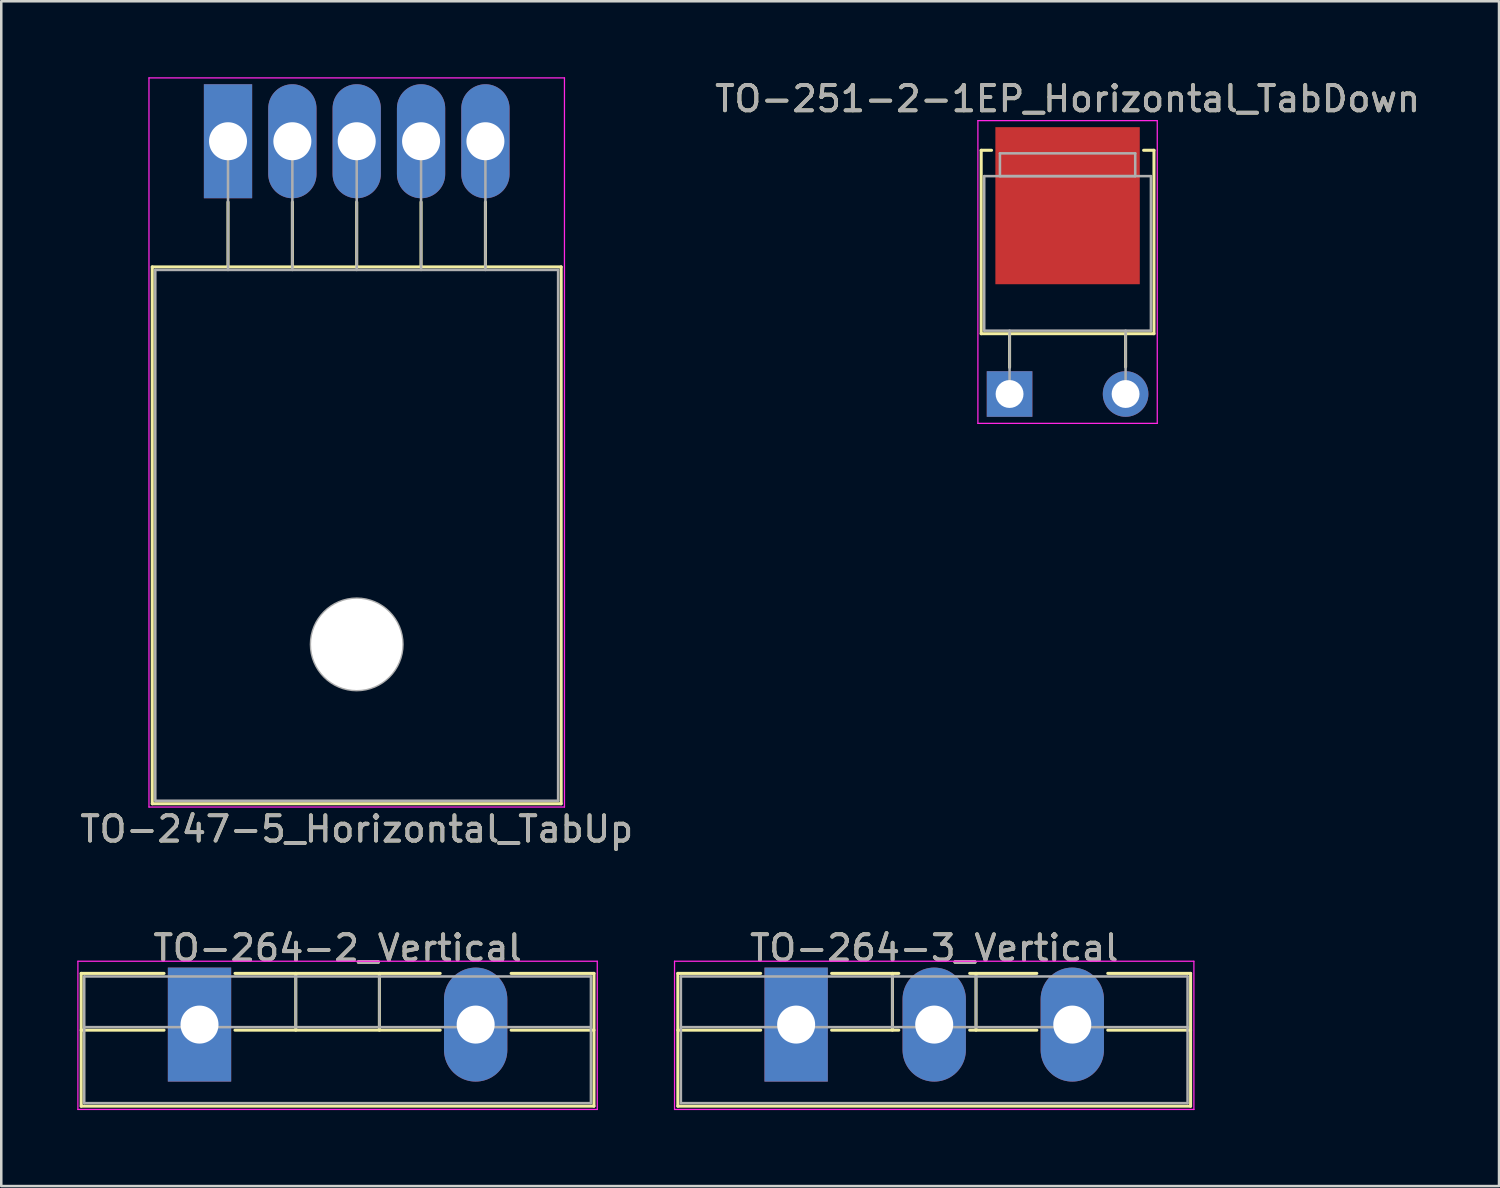
<source format=kicad_pcb>
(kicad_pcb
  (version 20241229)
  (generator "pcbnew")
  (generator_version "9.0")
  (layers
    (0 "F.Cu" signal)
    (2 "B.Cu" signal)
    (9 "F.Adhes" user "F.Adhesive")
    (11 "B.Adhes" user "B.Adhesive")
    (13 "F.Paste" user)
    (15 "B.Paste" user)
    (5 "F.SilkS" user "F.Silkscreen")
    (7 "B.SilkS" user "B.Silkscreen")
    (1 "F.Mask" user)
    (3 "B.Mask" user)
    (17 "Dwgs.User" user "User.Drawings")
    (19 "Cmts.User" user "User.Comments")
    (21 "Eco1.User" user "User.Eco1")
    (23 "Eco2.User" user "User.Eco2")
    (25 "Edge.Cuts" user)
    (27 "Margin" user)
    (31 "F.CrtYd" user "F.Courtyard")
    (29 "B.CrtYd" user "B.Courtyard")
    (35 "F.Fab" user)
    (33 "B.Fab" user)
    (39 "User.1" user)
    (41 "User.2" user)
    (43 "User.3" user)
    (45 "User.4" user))
  (footprint "TO-247-5_Horizontal_TabUp"
    (layer "F.Cu")
    (at 5.95 2.525)
    (property "Reference" "TO-247-5_Horizontal_TabUp" (at 5.08 27.15 0) (layer "F.SilkS") (effects (font (size 1 1) (thickness 0.15))))
    (attr through_hole)
    (fp_line (start -2.99 4.96) (end -2.99 26.15) (stroke (width 0.12) (type solid)) (layer "F.SilkS"))
    (fp_line (start -2.99 4.96) (end 13.15 4.96) (stroke (width 0.12) (type solid)) (layer "F.SilkS"))
    (fp_line (start -2.99 26.15) (end 13.15 26.15) (stroke (width 0.12) (type solid)) (layer "F.SilkS"))
    (fp_line (start 0 2.4) (end 0 4.96) (stroke (width 0.12) (type solid)) (layer "F.SilkS"))
    (fp_line (start 2.54 2.4) (end 2.54 4.96) (stroke (width 0.12) (type solid)) (layer "F.SilkS"))
    (fp_line (start 5.08 2.4) (end 5.08 4.96) (stroke (width 0.12) (type solid)) (layer "F.SilkS"))
    (fp_line (start 7.62 2.4) (end 7.62 4.96) (stroke (width 0.12) (type solid)) (layer "F.SilkS"))
    (fp_line (start 10.16 2.4) (end 10.16 4.96) (stroke (width 0.12) (type solid)) (layer "F.SilkS"))
    (fp_line (start 13.15 4.96) (end 13.15 26.15) (stroke (width 0.12) (type solid)) (layer "F.SilkS"))
    (fp_line (start -3.12 -2.5) (end -3.12 26.28) (stroke (width 0.05) (type solid)) (layer "F.CrtYd"))
    (fp_line (start -3.12 26.28) (end 13.28 26.28) (stroke (width 0.05) (type solid)) (layer "F.CrtYd"))
    (fp_line (start 13.28 -2.5) (end -3.12 -2.5) (stroke (width 0.05) (type solid)) (layer "F.CrtYd"))
    (fp_line (start 13.28 26.28) (end 13.28 -2.5) (stroke (width 0.05) (type solid)) (layer "F.CrtYd"))
    (fp_line (start -2.87 5.08) (end -2.87 26.03) (stroke (width 0.1) (type solid)) (layer "F.Fab"))
    (fp_line (start -2.87 26.03) (end 13.03 26.03) (stroke (width 0.1) (type solid)) (layer "F.Fab"))
    (fp_line (start 0 5.08) (end 0 0) (stroke (width 0.1) (type solid)) (layer "F.Fab"))
    (fp_line (start 2.54 5.08) (end 2.54 0) (stroke (width 0.1) (type solid)) (layer "F.Fab"))
    (fp_line (start 5.08 5.08) (end 5.08 0) (stroke (width 0.1) (type solid)) (layer "F.Fab"))
    (fp_line (start 7.62 5.08) (end 7.62 0) (stroke (width 0.1) (type solid)) (layer "F.Fab"))
    (fp_line (start 10.16 5.08) (end 10.16 0) (stroke (width 0.1) (type solid)) (layer "F.Fab"))
    (fp_line (start 13.03 5.08) (end -2.87 5.08) (stroke (width 0.1) (type solid)) (layer "F.Fab"))
    (fp_line (start 13.03 26.03) (end 13.03 5.08) (stroke (width 0.1) (type solid)) (layer "F.Fab"))
    (fp_circle (center 5.08 19.86) (end 6.885 19.86) (stroke (width 0.1) (type solid)) (fill no) (layer "F.Fab"))
    (fp_text user "${REFERENCE}" (at 5.08 27.15 0) (layer "F.Fab") (effects (font (size 1 1) (thickness 0.15))))
    (pad "" np_thru_hole oval (at 5.08 19.86) (size 3.6 3.6) (drill 3.6) (layers "*.Cu" "*.Mask"))
    (pad "1" thru_hole rect (at 0 0) (size 1.905 4.5) (drill 1.5) (layers "*.Cu" "*.Mask"))
    (pad "2" thru_hole oval (at 2.54 0) (size 1.905 4.5) (drill 1.5) (layers "*.Cu" "*.Mask"))
    (pad "3" thru_hole oval (at 5.08 0) (size 1.905 4.5) (drill 1.5) (layers "*.Cu" "*.Mask"))
    (pad "4" thru_hole oval (at 7.62 0) (size 1.905 4.5) (drill 1.5) (layers "*.Cu" "*.Mask"))
    (pad "5" thru_hole oval (at 10.16 0) (size 1.905 4.5) (drill 1.5) (layers "*.Cu" "*.Mask")))
  (footprint "TO-251-2-1EP_Horizontal_TabDown"
    (layer "F.Cu")
    (at 36.799 12.502)
    (property "Reference" "TO-251-2-1EP_Horizontal_TabDown" (at 2.29 -11.653 0) (layer "F.SilkS") (effects (font (size 1 1) (thickness 0.15))))
    (attr through_hole)
    (fp_line (start -1.12 -9.62) (end -1.12 -2.38) (stroke (width 0.12) (type solid)) (layer "F.SilkS"))
    (fp_line (start -1.12 -9.62) (end -0.711 -9.62) (stroke (width 0.12) (type solid)) (layer "F.SilkS"))
    (fp_line (start -1.12 -2.38) (end 5.7 -2.38) (stroke (width 0.12) (type solid)) (layer "F.SilkS"))
    (fp_line (start 0 -2.38) (end 0 -1.05) (stroke (width 0.12) (type solid)) (layer "F.SilkS"))
    (fp_line (start 4.58 -2.38) (end 4.58 -1.066) (stroke (width 0.12) (type solid)) (layer "F.SilkS"))
    (fp_line (start 5.291 -9.62) (end 5.7 -9.62) (stroke (width 0.12) (type solid)) (layer "F.SilkS"))
    (fp_line (start 5.7 -9.62) (end 5.7 -2.38) (stroke (width 0.12) (type solid)) (layer "F.SilkS"))
    (fp_line (start -1.25 -10.79) (end -1.25 1.16) (stroke (width 0.05) (type solid)) (layer "F.CrtYd"))
    (fp_line (start -1.25 1.16) (end 5.83 1.16) (stroke (width 0.05) (type solid)) (layer "F.CrtYd"))
    (fp_line (start 5.83 -10.79) (end -1.25 -10.79) (stroke (width 0.05) (type solid)) (layer "F.CrtYd"))
    (fp_line (start 5.83 1.16) (end 5.83 -10.79) (stroke (width 0.05) (type solid)) (layer "F.CrtYd"))
    (fp_line (start -1 -8.6) (end 5.58 -8.6) (stroke (width 0.1) (type solid)) (layer "F.Fab"))
    (fp_line (start -1 -2.5) (end -1 -8.6) (stroke (width 0.1) (type solid)) (layer "F.Fab"))
    (fp_line (start -0.38 -9.5) (end 4.96 -9.5) (stroke (width 0.1) (type solid)) (layer "F.Fab"))
    (fp_line (start -0.38 -8.6) (end -0.38 -9.5) (stroke (width 0.1) (type solid)) (layer "F.Fab"))
    (fp_line (start 0 -2.5) (end 0 0) (stroke (width 0.1) (type solid)) (layer "F.Fab"))
    (fp_line (start 4.58 -2.5) (end 4.58 0) (stroke (width 0.1) (type solid)) (layer "F.Fab"))
    (fp_line (start 4.96 -9.5) (end 4.96 -8.6) (stroke (width 0.1) (type solid)) (layer "F.Fab"))
    (fp_line (start 4.96 -8.6) (end -0.38 -8.6) (stroke (width 0.1) (type solid)) (layer "F.Fab"))
    (fp_line (start 5.58 -8.6) (end 5.58 -2.5) (stroke (width 0.1) (type solid)) (layer "F.Fab"))
    (fp_line (start 5.58 -2.5) (end -1 -2.5) (stroke (width 0.1) (type solid)) (layer "F.Fab"))
    (fp_text user "${REFERENCE}" (at 2.29 -11.653 0) (layer "F.Fab") (effects (font (size 1 1) (thickness 0.15))))
    (pad "1" thru_hole rect (at 0 0) (size 1.8 1.8) (drill 1.1) (layers "*.Cu" "*.Mask"))
    (pad "2" thru_hole oval (at 4.58 0) (size 1.8 1.8) (drill 1.1) (layers "*.Cu" "*.Mask"))
    (pad "3" smd rect (at 2.29 -7.433) (size 5.7 6.2) (layers "F.Cu" "F.Mask" "F.Paste")))
  (footprint "TO-264-2_Vertical"
    (layer "F.Cu")
    (at 4.825 37.392)
    (property "Reference" "TO-264-2_Vertical" (at 5.45 -3.02 0) (layer "F.SilkS") (effects (font (size 1 1) (thickness 0.15))))
    (attr through_hole)
    (fp_line (start -4.67 -2.021) (end -4.67 3.22) (stroke (width 0.12) (type solid)) (layer "F.SilkS"))
    (fp_line (start -4.67 -2.021) (end -1.4 -2.021) (stroke (width 0.12) (type solid)) (layer "F.SilkS"))
    (fp_line (start -4.67 0.22) (end -1.4 0.22) (stroke (width 0.12) (type solid)) (layer "F.SilkS"))
    (fp_line (start -4.67 3.22) (end 15.57 3.22) (stroke (width 0.12) (type solid)) (layer "F.SilkS"))
    (fp_line (start 1.4 -2.021) (end 9.5 -2.021) (stroke (width 0.12) (type solid)) (layer "F.SilkS"))
    (fp_line (start 1.4 0.22) (end 9.5 0.22) (stroke (width 0.12) (type solid)) (layer "F.SilkS"))
    (fp_line (start 3.8 -2.021) (end 3.8 0.22) (stroke (width 0.12) (type solid)) (layer "F.SilkS"))
    (fp_line (start 7.1 -2.021) (end 7.1 0.22) (stroke (width 0.12) (type solid)) (layer "F.SilkS"))
    (fp_line (start 12.3 -2.021) (end 15.57 -2.021) (stroke (width 0.12) (type solid)) (layer "F.SilkS"))
    (fp_line (start 12.3 0.22) (end 15.57 0.22) (stroke (width 0.12) (type solid)) (layer "F.SilkS"))
    (fp_line (start 15.57 -2.021) (end 15.57 3.22) (stroke (width 0.12) (type solid)) (layer "F.SilkS"))
    (fp_line (start -4.8 -2.5) (end -4.8 3.35) (stroke (width 0.05) (type solid)) (layer "F.CrtYd"))
    (fp_line (start -4.8 3.35) (end 15.7 3.35) (stroke (width 0.05) (type solid)) (layer "F.CrtYd"))
    (fp_line (start 15.7 -2.5) (end -4.8 -2.5) (stroke (width 0.05) (type solid)) (layer "F.CrtYd"))
    (fp_line (start 15.7 3.35) (end 15.7 -2.5) (stroke (width 0.05) (type solid)) (layer "F.CrtYd"))
    (fp_line (start -4.55 -1.9) (end -4.55 3.1) (stroke (width 0.1) (type solid)) (layer "F.Fab"))
    (fp_line (start -4.55 0.1) (end 15.45 0.1) (stroke (width 0.1) (type solid)) (layer "F.Fab"))
    (fp_line (start -4.55 3.1) (end 15.45 3.1) (stroke (width 0.1) (type solid)) (layer "F.Fab"))
    (fp_line (start 3.8 -1.9) (end 3.8 0.1) (stroke (width 0.1) (type solid)) (layer "F.Fab"))
    (fp_line (start 7.1 -1.9) (end 7.1 0.1) (stroke (width 0.1) (type solid)) (layer "F.Fab"))
    (fp_line (start 15.45 -1.9) (end -4.55 -1.9) (stroke (width 0.1) (type solid)) (layer "F.Fab"))
    (fp_line (start 15.45 3.1) (end 15.45 -1.9) (stroke (width 0.1) (type solid)) (layer "F.Fab"))
    (fp_text user "${REFERENCE}" (at 5.45 -3.02 0) (layer "F.Fab") (effects (font (size 1 1) (thickness 0.15))))
    (pad "1" thru_hole rect (at 0 0) (size 2.5 4.5) (drill 1.5) (layers "*.Cu" "*.Mask"))
    (pad "2" thru_hole oval (at 10.9 0) (size 2.5 4.5) (drill 1.5) (layers "*.Cu" "*.Mask")))
  (footprint "TO-264-3_Vertical"
    (layer "F.Cu")
    (at 28.375 37.392)
    (property "Reference" "TO-264-3_Vertical" (at 5.45 -3.02 0) (layer "F.SilkS") (effects (font (size 1 1) (thickness 0.15))))
    (attr through_hole)
    (fp_line (start -4.67 -2.021) (end -4.67 3.22) (stroke (width 0.12) (type solid)) (layer "F.SilkS"))
    (fp_line (start -4.67 -2.021) (end -1.4 -2.021) (stroke (width 0.12) (type solid)) (layer "F.SilkS"))
    (fp_line (start -4.67 0.22) (end -1.4 0.22) (stroke (width 0.12) (type solid)) (layer "F.SilkS"))
    (fp_line (start -4.67 3.22) (end 15.57 3.22) (stroke (width 0.12) (type solid)) (layer "F.SilkS"))
    (fp_line (start 1.4 -2.021) (end 4.051 -2.021) (stroke (width 0.12) (type solid)) (layer "F.SilkS"))
    (fp_line (start 1.4 0.22) (end 4.051 0.22) (stroke (width 0.12) (type solid)) (layer "F.SilkS"))
    (fp_line (start 3.8 -2.021) (end 3.8 0.22) (stroke (width 0.12) (type solid)) (layer "F.SilkS"))
    (fp_line (start 6.85 -2.021) (end 9.5 -2.021) (stroke (width 0.12) (type solid)) (layer "F.SilkS"))
    (fp_line (start 6.85 0.22) (end 9.5 0.22) (stroke (width 0.12) (type solid)) (layer "F.SilkS"))
    (fp_line (start 7.1 -2.021) (end 7.1 0.22) (stroke (width 0.12) (type solid)) (layer "F.SilkS"))
    (fp_line (start 12.3 -2.021) (end 15.57 -2.021) (stroke (width 0.12) (type solid)) (layer "F.SilkS"))
    (fp_line (start 12.3 0.22) (end 15.57 0.22) (stroke (width 0.12) (type solid)) (layer "F.SilkS"))
    (fp_line (start 15.57 -2.021) (end 15.57 3.22) (stroke (width 0.12) (type solid)) (layer "F.SilkS"))
    (fp_line (start -4.8 -2.5) (end -4.8 3.35) (stroke (width 0.05) (type solid)) (layer "F.CrtYd"))
    (fp_line (start -4.8 3.35) (end 15.7 3.35) (stroke (width 0.05) (type solid)) (layer "F.CrtYd"))
    (fp_line (start 15.7 -2.5) (end -4.8 -2.5) (stroke (width 0.05) (type solid)) (layer "F.CrtYd"))
    (fp_line (start 15.7 3.35) (end 15.7 -2.5) (stroke (width 0.05) (type solid)) (layer "F.CrtYd"))
    (fp_line (start -4.55 -1.9) (end -4.55 3.1) (stroke (width 0.1) (type solid)) (layer "F.Fab"))
    (fp_line (start -4.55 0.1) (end 15.45 0.1) (stroke (width 0.1) (type solid)) (layer "F.Fab"))
    (fp_line (start -4.55 3.1) (end 15.45 3.1) (stroke (width 0.1) (type solid)) (layer "F.Fab"))
    (fp_line (start 3.8 -1.9) (end 3.8 0.1) (stroke (width 0.1) (type solid)) (layer "F.Fab"))
    (fp_line (start 7.1 -1.9) (end 7.1 0.1) (stroke (width 0.1) (type solid)) (layer "F.Fab"))
    (fp_line (start 15.45 -1.9) (end -4.55 -1.9) (stroke (width 0.1) (type solid)) (layer "F.Fab"))
    (fp_line (start 15.45 3.1) (end 15.45 -1.9) (stroke (width 0.1) (type solid)) (layer "F.Fab"))
    (fp_text user "${REFERENCE}" (at 5.45 -3.02 0) (layer "F.Fab") (effects (font (size 1 1) (thickness 0.15))))
    (pad "1" thru_hole rect (at 0 0) (size 2.5 4.5) (drill 1.5) (layers "*.Cu" "*.Mask"))
    (pad "2" thru_hole oval (at 5.45 0) (size 2.5 4.5) (drill 1.5) (layers "*.Cu" "*.Mask"))
    (pad "3" thru_hole oval (at 10.9 0) (size 2.5 4.5) (drill 1.5) (layers "*.Cu" "*.Mask")))
  (gr_rect
    (start -3 -3)
    (end 56.119 43.767)
    (stroke (width 0.1) (type default))
    (fill no)
    (layer "Edge.Cuts")))
</source>
